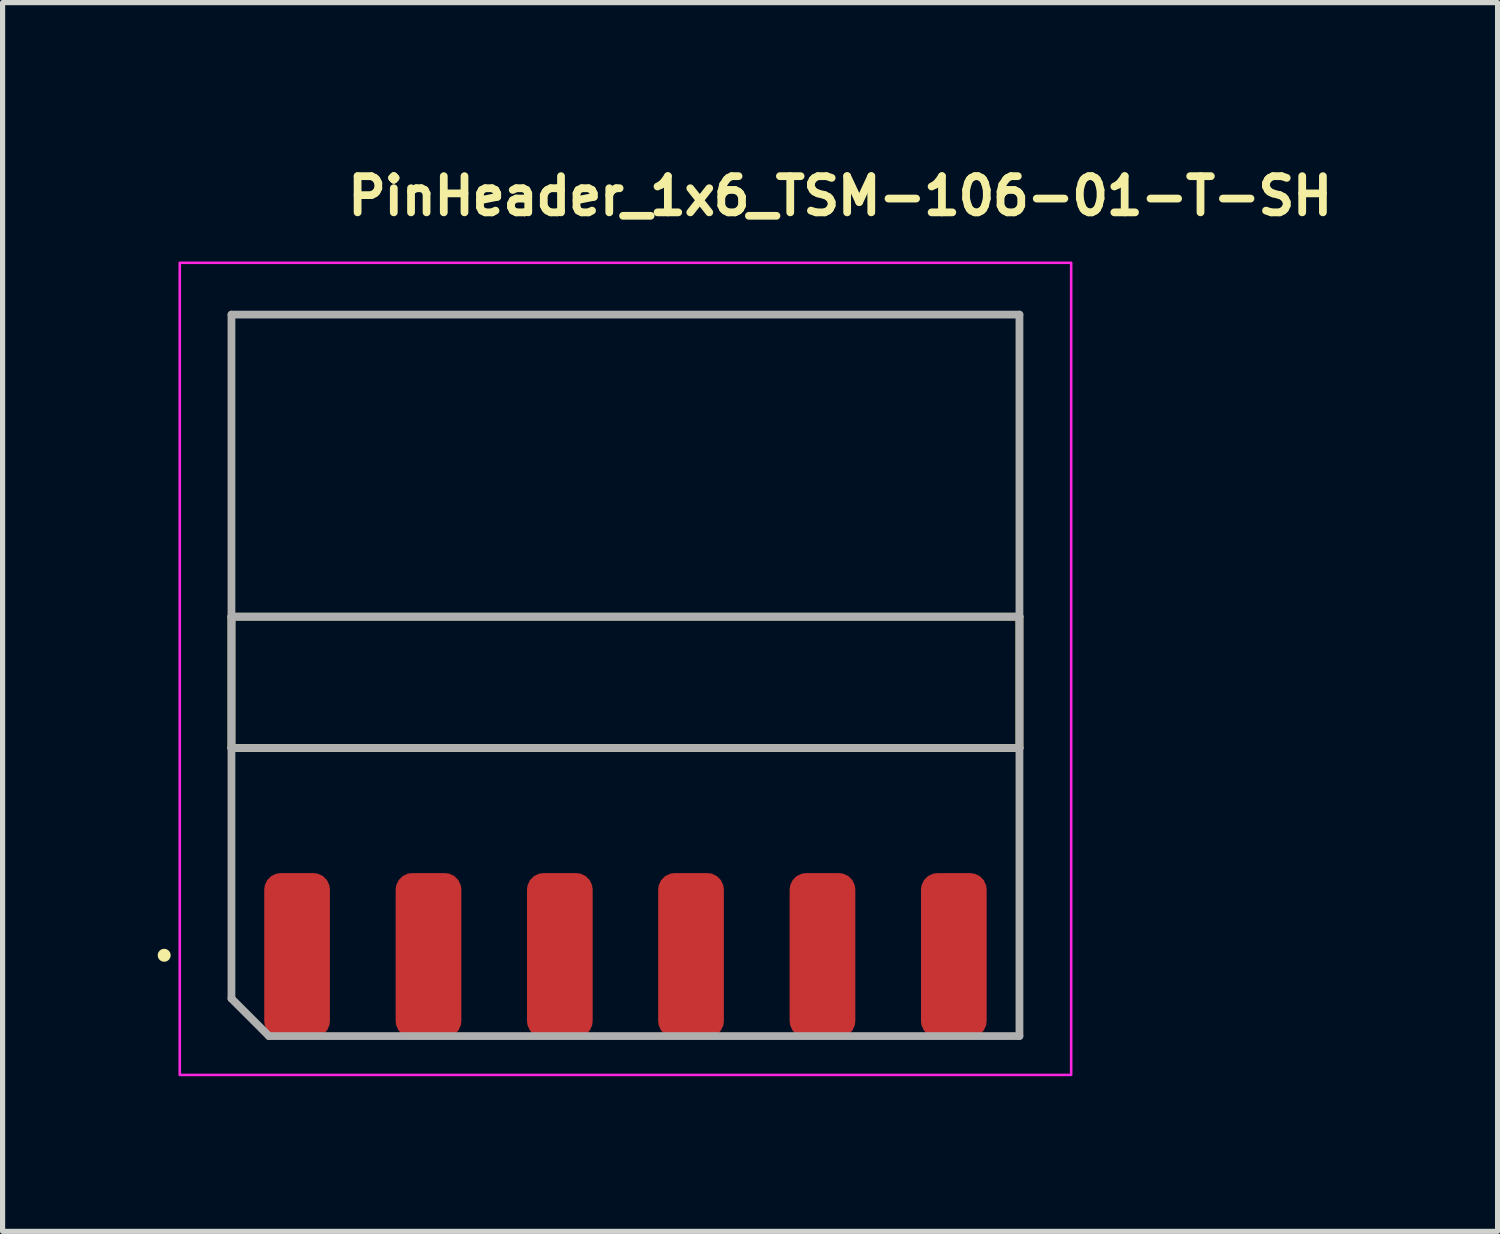
<source format=kicad_pcb>
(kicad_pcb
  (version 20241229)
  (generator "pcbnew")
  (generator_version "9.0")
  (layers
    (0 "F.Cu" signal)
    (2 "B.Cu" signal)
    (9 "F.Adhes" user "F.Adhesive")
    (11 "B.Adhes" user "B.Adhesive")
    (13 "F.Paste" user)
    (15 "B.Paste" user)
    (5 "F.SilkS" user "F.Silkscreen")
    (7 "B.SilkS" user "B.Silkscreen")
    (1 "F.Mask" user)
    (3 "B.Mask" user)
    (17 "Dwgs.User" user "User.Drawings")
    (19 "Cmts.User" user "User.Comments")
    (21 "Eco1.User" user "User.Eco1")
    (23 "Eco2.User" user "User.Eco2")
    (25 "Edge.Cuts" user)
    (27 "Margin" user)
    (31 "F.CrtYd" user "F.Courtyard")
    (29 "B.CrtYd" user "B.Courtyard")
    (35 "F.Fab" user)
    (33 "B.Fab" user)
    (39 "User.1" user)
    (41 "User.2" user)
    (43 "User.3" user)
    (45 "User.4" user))
  (footprint "PinHeader_1x6_TSM-106-01-T-SH"
    (layer "F.Cu")
    (at 9.046 9.51)
    (property "Reference" "PinHeader_1x6_TSM-106-01-T-SH" (at -5.446 -8.36 0) (layer "F.SilkS") (effects (font (size 0.7 0.7) (thickness 0.15)) (justify left bottom)))
    (attr smd)
    (fp_line (start -7.62 1.904) (end -7.62 -0.635) (stroke (width 0.15) (type solid)) (layer "F.SilkS"))
    (fp_line (start 7.618 -0.635) (end -7.62 -0.635) (stroke (width 0.15) (type solid)) (layer "F.SilkS"))
    (fp_line (start 7.618 -0.635) (end 7.618 1.904) (stroke (width 0.15) (type solid)) (layer "F.SilkS"))
    (fp_line (start 7.618 1.904) (end -7.62 1.904) (stroke (width 0.15) (type solid)) (layer "F.SilkS"))
    (fp_circle (center -8.921 5.913) (end -8.871 5.913) (stroke (width 0.15) (type solid)) (fill yes) (layer "F.SilkS"))
    (fp_rect (start -8.62 -7.478) (end 8.618 8.227) (stroke (width 0.05) (type solid)) (fill no) (layer "F.CrtYd"))
    (fp_line (start -7.62 -6.476) (end 7.618 -6.476) (stroke (width 0.15) (type solid)) (layer "F.Fab"))
    (fp_line (start -7.62 -0.635) (end 7.618 -0.635) (stroke (width 0.15) (type solid)) (layer "F.Fab"))
    (fp_line (start -7.62 1.904) (end -7.62 -6.476) (stroke (width 0.15) (type solid)) (layer "F.Fab"))
    (fp_line (start -7.62 1.904) (end -7.62 6.75) (stroke (width 0.15) (type solid)) (layer "F.Fab"))
    (fp_line (start -7.62 6.75) (end -6.895 7.475) (stroke (width 0.15) (type solid)) (layer "F.Fab"))
    (fp_line (start -6.895 7.475) (end 7.618 7.475) (stroke (width 0.15) (type solid)) (layer "F.Fab"))
    (fp_line (start 7.618 -6.476) (end 7.618 1.904) (stroke (width 0.15) (type solid)) (layer "F.Fab"))
    (fp_line (start 7.618 1.904) (end -7.62 1.904) (stroke (width 0.15) (type solid)) (layer "F.Fab"))
    (fp_line (start 7.618 7.475) (end 7.618 1.904) (stroke (width 0.15) (type solid)) (layer "F.Fab"))
    (fp_rect (start -7.62 -6.478) (end 7.618 7.477) (stroke (width 0.1) (type solid)) (fill no) (layer "User.5"))
    (fp_line (start -7.62 -0.635) (end -7.62 1.904) (stroke (width 0.02) (type solid)) (layer "User.9"))
    (fp_line (start -7.62 -0.635) (end -5.462 -0.635) (stroke (width 0.02) (type solid)) (layer "User.9"))
    (fp_line (start -7.62 1.904) (end -5.462 1.904) (stroke (width 0.02) (type solid)) (layer "User.9"))
    (fp_line (start -6.669 -5.97) (end -6.034 -5.97) (stroke (width 0.02) (type solid)) (layer "User.9"))
    (fp_line (start -6.669 -0.635) (end -6.669 -5.97) (stroke (width 0.02) (type solid)) (layer "User.9"))
    (fp_line (start -6.669 2.194) (end -6.669 1.904) (stroke (width 0.02) (type solid)) (layer "User.9"))
    (fp_line (start -6.669 3.092) (end -6.669 2.194) (stroke (width 0.02) (type solid)) (layer "User.9"))
    (fp_line (start -6.669 3.995) (end -6.669 3.092) (stroke (width 0.02) (type solid)) (layer "User.9"))
    (fp_line (start -6.669 3.995) (end -6.669 4.445) (stroke (width 0.02) (type solid)) (layer "User.9"))
    (fp_line (start -6.669 5.967) (end -6.669 4.445) (stroke (width 0.02) (type solid)) (layer "User.9"))
    (fp_line (start -6.669 5.967) (end -6.034 5.967) (stroke (width 0.02) (type solid)) (layer "User.9"))
    (fp_line (start -6.484 -6.478) (end -6.669 -5.97) (stroke (width 0.02) (type solid)) (layer "User.9"))
    (fp_line (start -6.484 6.477) (end -6.669 5.967) (stroke (width 0.02) (type solid)) (layer "User.9"))
    (fp_line (start -6.484 6.477) (end -6.218 6.477) (stroke (width 0.02) (type solid)) (layer "User.9"))
    (fp_line (start -6.218 -6.478) (end -6.484 -6.478) (stroke (width 0.02) (type solid)) (layer "User.9"))
    (fp_line (start -6.218 -6.478) (end -6.034 -5.97) (stroke (width 0.02) (type solid)) (layer "User.9"))
    (fp_line (start -6.218 6.477) (end -6.034 5.967) (stroke (width 0.02) (type solid)) (layer "User.9"))
    (fp_line (start -6.034 -0.635) (end -6.034 -5.97) (stroke (width 0.02) (type solid)) (layer "User.9"))
    (fp_line (start -6.034 2.194) (end -6.034 1.904) (stroke (width 0.02) (type solid)) (layer "User.9"))
    (fp_line (start -6.034 3.092) (end -6.034 2.194) (stroke (width 0.02) (type solid)) (layer "User.9"))
    (fp_line (start -6.034 3.995) (end -6.034 3.092) (stroke (width 0.02) (type solid)) (layer "User.9"))
    (fp_line (start -6.034 3.995) (end -6.034 4.445) (stroke (width 0.02) (type solid)) (layer "User.9"))
    (fp_line (start -6.034 5.967) (end -6.034 4.445) (stroke (width 0.02) (type solid)) (layer "User.9"))
    (fp_line (start -5.462 -0.635) (end -5.462 1.904) (stroke (width 0.02) (type solid)) (layer "User.9"))
    (fp_line (start -5.462 1.777) (end -4.699 1.777) (stroke (width 0.02) (type solid)) (layer "User.9"))
    (fp_line (start -4.699 -0.635) (end -2.922 -0.635) (stroke (width 0.02) (type solid)) (layer "User.9"))
    (fp_line (start -4.699 -0.508) (end -5.462 -0.508) (stroke (width 0.02) (type solid)) (layer "User.9"))
    (fp_line (start -4.699 1.904) (end -4.699 -0.635) (stroke (width 0.02) (type solid)) (layer "User.9"))
    (fp_line (start -4.699 1.904) (end -2.922 1.904) (stroke (width 0.02) (type solid)) (layer "User.9"))
    (fp_line (start -4.129 -5.97) (end -4.129 -0.635) (stroke (width 0.02) (type solid)) (layer "User.9"))
    (fp_line (start -4.129 -5.97) (end -3.493 -5.97) (stroke (width 0.02) (type solid)) (layer "User.9"))
    (fp_line (start -4.129 1.904) (end -4.129 2.194) (stroke (width 0.02) (type solid)) (layer "User.9"))
    (fp_line (start -4.129 2.194) (end -4.129 3.092) (stroke (width 0.02) (type solid)) (layer "User.9"))
    (fp_line (start -4.129 3.092) (end -4.129 3.995) (stroke (width 0.02) (type solid)) (layer "User.9"))
    (fp_line (start -4.129 4.445) (end -4.129 3.995) (stroke (width 0.02) (type solid)) (layer "User.9"))
    (fp_line (start -4.129 4.445) (end -4.129 5.967) (stroke (width 0.02) (type solid)) (layer "User.9"))
    (fp_line (start -4.129 5.967) (end -3.493 5.967) (stroke (width 0.02) (type solid)) (layer "User.9"))
    (fp_line (start -3.943 -6.478) (end -4.129 -5.97) (stroke (width 0.02) (type solid)) (layer "User.9"))
    (fp_line (start -3.943 6.477) (end -4.129 5.967) (stroke (width 0.02) (type solid)) (layer "User.9"))
    (fp_line (start -3.943 6.477) (end -3.678 6.477) (stroke (width 0.02) (type solid)) (layer "User.9"))
    (fp_line (start -3.678 -6.478) (end -3.943 -6.478) (stroke (width 0.02) (type solid)) (layer "User.9"))
    (fp_line (start -3.678 -6.478) (end -3.493 -5.97) (stroke (width 0.02) (type solid)) (layer "User.9"))
    (fp_line (start -3.678 6.477) (end -3.493 5.967) (stroke (width 0.02) (type solid)) (layer "User.9"))
    (fp_line (start -3.493 -0.635) (end -3.493 -5.97) (stroke (width 0.02) (type solid)) (layer "User.9"))
    (fp_line (start -3.493 2.194) (end -3.493 1.904) (stroke (width 0.02) (type solid)) (layer "User.9"))
    (fp_line (start -3.493 3.092) (end -3.493 2.194) (stroke (width 0.02) (type solid)) (layer "User.9"))
    (fp_line (start -3.493 3.995) (end -3.493 3.092) (stroke (width 0.02) (type solid)) (layer "User.9"))
    (fp_line (start -3.493 3.995) (end -3.493 4.445) (stroke (width 0.02) (type solid)) (layer "User.9"))
    (fp_line (start -3.493 5.967) (end -3.493 4.445) (stroke (width 0.02) (type solid)) (layer "User.9"))
    (fp_line (start -2.922 -0.635) (end -2.922 1.904) (stroke (width 0.02) (type solid)) (layer "User.9"))
    (fp_line (start -2.922 1.777) (end -2.16 1.777) (stroke (width 0.02) (type solid)) (layer "User.9"))
    (fp_line (start -2.16 -0.635) (end -0.381 -0.635) (stroke (width 0.02) (type solid)) (layer "User.9"))
    (fp_line (start -2.16 -0.508) (end -2.922 -0.508) (stroke (width 0.02) (type solid)) (layer "User.9"))
    (fp_line (start -2.16 1.904) (end -2.16 -0.635) (stroke (width 0.02) (type solid)) (layer "User.9"))
    (fp_line (start -2.16 1.904) (end -0.381 1.904) (stroke (width 0.02) (type solid)) (layer "User.9"))
    (fp_line (start -1.589 -5.97) (end -1.589 -0.635) (stroke (width 0.02) (type solid)) (layer "User.9"))
    (fp_line (start -1.589 -5.97) (end -0.954 -5.97) (stroke (width 0.02) (type solid)) (layer "User.9"))
    (fp_line (start -1.589 1.904) (end -1.589 2.194) (stroke (width 0.02) (type solid)) (layer "User.9"))
    (fp_line (start -1.589 2.194) (end -1.589 3.092) (stroke (width 0.02) (type solid)) (layer "User.9"))
    (fp_line (start -1.589 3.092) (end -1.589 3.995) (stroke (width 0.02) (type solid)) (layer "User.9"))
    (fp_line (start -1.589 4.445) (end -1.589 3.995) (stroke (width 0.02) (type solid)) (layer "User.9"))
    (fp_line (start -1.589 4.445) (end -1.589 5.967) (stroke (width 0.02) (type solid)) (layer "User.9"))
    (fp_line (start -1.589 5.967) (end -0.954 5.967) (stroke (width 0.02) (type solid)) (layer "User.9"))
    (fp_line (start -1.403 -6.478) (end -1.589 -5.97) (stroke (width 0.02) (type solid)) (layer "User.9"))
    (fp_line (start -1.403 6.477) (end -1.589 5.967) (stroke (width 0.02) (type solid)) (layer "User.9"))
    (fp_line (start -1.403 6.477) (end -1.139 6.477) (stroke (width 0.02) (type solid)) (layer "User.9"))
    (fp_line (start -1.139 -6.478) (end -1.403 -6.478) (stroke (width 0.02) (type solid)) (layer "User.9"))
    (fp_line (start -1.139 -6.478) (end -0.954 -5.97) (stroke (width 0.02) (type solid)) (layer "User.9"))
    (fp_line (start -1.139 6.477) (end -0.954 5.967) (stroke (width 0.02) (type solid)) (layer "User.9"))
    (fp_line (start -0.954 -0.635) (end -0.954 -5.97) (stroke (width 0.02) (type solid)) (layer "User.9"))
    (fp_line (start -0.954 2.194) (end -0.954 1.904) (stroke (width 0.02) (type solid)) (layer "User.9"))
    (fp_line (start -0.954 3.092) (end -0.954 2.194) (stroke (width 0.02) (type solid)) (layer "User.9"))
    (fp_line (start -0.954 3.995) (end -0.954 3.092) (stroke (width 0.02) (type solid)) (layer "User.9"))
    (fp_line (start -0.954 3.995) (end -0.954 4.445) (stroke (width 0.02) (type solid)) (layer "User.9"))
    (fp_line (start -0.954 5.967) (end -0.954 4.445) (stroke (width 0.02) (type solid)) (layer "User.9"))
    (fp_line (start -0.381 -0.635) (end -0.381 1.904) (stroke (width 0.02) (type solid)) (layer "User.9"))
    (fp_line (start -0.381 1.777) (end 0.379 1.777) (stroke (width 0.02) (type solid)) (layer "User.9"))
    (fp_line (start 0.379 -0.635) (end 2.157 -0.635) (stroke (width 0.02) (type solid)) (layer "User.9"))
    (fp_line (start 0.379 -0.508) (end -0.381 -0.508) (stroke (width 0.02) (type solid)) (layer "User.9"))
    (fp_line (start 0.379 1.904) (end 0.379 -0.635) (stroke (width 0.02) (type solid)) (layer "User.9"))
    (fp_line (start 0.379 1.904) (end 2.157 1.904) (stroke (width 0.02) (type solid)) (layer "User.9"))
    (fp_line (start 0.952 -5.97) (end 0.952 -0.635) (stroke (width 0.02) (type solid)) (layer "User.9"))
    (fp_line (start 0.952 -5.97) (end 1.586 -5.97) (stroke (width 0.02) (type solid)) (layer "User.9"))
    (fp_line (start 0.952 1.904) (end 0.952 2.194) (stroke (width 0.02) (type solid)) (layer "User.9"))
    (fp_line (start 0.952 2.194) (end 0.952 3.092) (stroke (width 0.02) (type solid)) (layer "User.9"))
    (fp_line (start 0.952 3.092) (end 0.952 3.995) (stroke (width 0.02) (type solid)) (layer "User.9"))
    (fp_line (start 0.952 4.445) (end 0.952 3.995) (stroke (width 0.02) (type solid)) (layer "User.9"))
    (fp_line (start 0.952 4.445) (end 0.952 5.967) (stroke (width 0.02) (type solid)) (layer "User.9"))
    (fp_line (start 0.952 5.967) (end 1.586 5.967) (stroke (width 0.02) (type solid)) (layer "User.9"))
    (fp_line (start 1.136 -6.478) (end 0.952 -5.97) (stroke (width 0.02) (type solid)) (layer "User.9"))
    (fp_line (start 1.136 6.477) (end 0.952 5.967) (stroke (width 0.02) (type solid)) (layer "User.9"))
    (fp_line (start 1.136 6.477) (end 1.402 6.477) (stroke (width 0.02) (type solid)) (layer "User.9"))
    (fp_line (start 1.402 -6.478) (end 1.136 -6.478) (stroke (width 0.02) (type solid)) (layer "User.9"))
    (fp_line (start 1.402 -6.478) (end 1.586 -5.97) (stroke (width 0.02) (type solid)) (layer "User.9"))
    (fp_line (start 1.402 6.477) (end 1.586 5.967) (stroke (width 0.02) (type solid)) (layer "User.9"))
    (fp_line (start 1.586 -0.635) (end 1.586 -5.97) (stroke (width 0.02) (type solid)) (layer "User.9"))
    (fp_line (start 1.586 2.194) (end 1.586 1.904) (stroke (width 0.02) (type solid)) (layer "User.9"))
    (fp_line (start 1.586 3.092) (end 1.586 2.194) (stroke (width 0.02) (type solid)) (layer "User.9"))
    (fp_line (start 1.586 3.995) (end 1.586 3.092) (stroke (width 0.02) (type solid)) (layer "User.9"))
    (fp_line (start 1.586 3.995) (end 1.586 4.445) (stroke (width 0.02) (type solid)) (layer "User.9"))
    (fp_line (start 1.586 5.967) (end 1.586 4.445) (stroke (width 0.02) (type solid)) (layer "User.9"))
    (fp_line (start 2.157 -0.635) (end 2.157 1.904) (stroke (width 0.02) (type solid)) (layer "User.9"))
    (fp_line (start 2.157 1.777) (end 2.919 1.777) (stroke (width 0.02) (type solid)) (layer "User.9"))
    (fp_line (start 2.919 -0.635) (end 4.698 -0.635) (stroke (width 0.02) (type solid)) (layer "User.9"))
    (fp_line (start 2.919 -0.508) (end 2.157 -0.508) (stroke (width 0.02) (type solid)) (layer "User.9"))
    (fp_line (start 2.919 1.904) (end 2.919 -0.635) (stroke (width 0.02) (type solid)) (layer "User.9"))
    (fp_line (start 2.919 1.904) (end 4.698 1.904) (stroke (width 0.02) (type solid)) (layer "User.9"))
    (fp_line (start 3.491 -5.97) (end 3.491 -0.635) (stroke (width 0.02) (type solid)) (layer "User.9"))
    (fp_line (start 3.491 -5.97) (end 4.126 -5.97) (stroke (width 0.02) (type solid)) (layer "User.9"))
    (fp_line (start 3.491 1.904) (end 3.491 2.194) (stroke (width 0.02) (type solid)) (layer "User.9"))
    (fp_line (start 3.491 2.194) (end 3.491 3.092) (stroke (width 0.02) (type solid)) (layer "User.9"))
    (fp_line (start 3.491 3.092) (end 3.491 3.995) (stroke (width 0.02) (type solid)) (layer "User.9"))
    (fp_line (start 3.491 4.445) (end 3.491 3.995) (stroke (width 0.02) (type solid)) (layer "User.9"))
    (fp_line (start 3.491 4.445) (end 3.491 5.967) (stroke (width 0.02) (type solid)) (layer "User.9"))
    (fp_line (start 3.491 5.967) (end 4.126 5.967) (stroke (width 0.02) (type solid)) (layer "User.9"))
    (fp_line (start 3.676 -6.478) (end 3.491 -5.97) (stroke (width 0.02) (type solid)) (layer "User.9"))
    (fp_line (start 3.676 6.477) (end 3.491 5.967) (stroke (width 0.02) (type solid)) (layer "User.9"))
    (fp_line (start 3.676 6.477) (end 3.942 6.477) (stroke (width 0.02) (type solid)) (layer "User.9"))
    (fp_line (start 3.942 -6.478) (end 3.676 -6.478) (stroke (width 0.02) (type solid)) (layer "User.9"))
    (fp_line (start 3.942 -6.478) (end 4.126 -5.97) (stroke (width 0.02) (type solid)) (layer "User.9"))
    (fp_line (start 3.942 6.477) (end 4.126 5.967) (stroke (width 0.02) (type solid)) (layer "User.9"))
    (fp_line (start 4.126 -0.635) (end 4.126 -5.97) (stroke (width 0.02) (type solid)) (layer "User.9"))
    (fp_line (start 4.126 2.194) (end 4.126 1.904) (stroke (width 0.02) (type solid)) (layer "User.9"))
    (fp_line (start 4.126 3.092) (end 4.126 2.194) (stroke (width 0.02) (type solid)) (layer "User.9"))
    (fp_line (start 4.126 3.995) (end 4.126 3.092) (stroke (width 0.02) (type solid)) (layer "User.9"))
    (fp_line (start 4.126 3.995) (end 4.126 4.445) (stroke (width 0.02) (type solid)) (layer "User.9"))
    (fp_line (start 4.126 5.967) (end 4.126 4.445) (stroke (width 0.02) (type solid)) (layer "User.9"))
    (fp_line (start 4.698 -0.635) (end 4.698 1.904) (stroke (width 0.02) (type solid)) (layer "User.9"))
    (fp_line (start 4.698 1.777) (end 5.461 1.777) (stroke (width 0.02) (type solid)) (layer "User.9"))
    (fp_line (start 5.461 -0.635) (end 7.618 -0.635) (stroke (width 0.02) (type solid)) (layer "User.9"))
    (fp_line (start 5.461 -0.508) (end 4.698 -0.508) (stroke (width 0.02) (type solid)) (layer "User.9"))
    (fp_line (start 5.461 1.904) (end 5.461 -0.635) (stroke (width 0.02) (type solid)) (layer "User.9"))
    (fp_line (start 5.461 1.904) (end 7.618 1.904) (stroke (width 0.02) (type solid)) (layer "User.9"))
    (fp_line (start 6.031 -5.97) (end 6.031 -0.635) (stroke (width 0.02) (type solid)) (layer "User.9"))
    (fp_line (start 6.031 -5.97) (end 6.666 -5.97) (stroke (width 0.02) (type solid)) (layer "User.9"))
    (fp_line (start 6.031 1.904) (end 6.031 2.194) (stroke (width 0.02) (type solid)) (layer "User.9"))
    (fp_line (start 6.031 2.194) (end 6.031 3.092) (stroke (width 0.02) (type solid)) (layer "User.9"))
    (fp_line (start 6.031 3.092) (end 6.031 3.995) (stroke (width 0.02) (type solid)) (layer "User.9"))
    (fp_line (start 6.031 4.445) (end 6.031 3.995) (stroke (width 0.02) (type solid)) (layer "User.9"))
    (fp_line (start 6.031 4.445) (end 6.031 5.967) (stroke (width 0.02) (type solid)) (layer "User.9"))
    (fp_line (start 6.031 5.967) (end 6.666 5.967) (stroke (width 0.02) (type solid)) (layer "User.9"))
    (fp_line (start 6.217 -6.478) (end 6.031 -5.97) (stroke (width 0.02) (type solid)) (layer "User.9"))
    (fp_line (start 6.217 6.477) (end 6.031 5.967) (stroke (width 0.02) (type solid)) (layer "User.9"))
    (fp_line (start 6.217 6.477) (end 6.482 6.477) (stroke (width 0.02) (type solid)) (layer "User.9"))
    (fp_line (start 6.482 -6.478) (end 6.217 -6.478) (stroke (width 0.02) (type solid)) (layer "User.9"))
    (fp_line (start 6.482 -6.478) (end 6.666 -5.97) (stroke (width 0.02) (type solid)) (layer "User.9"))
    (fp_line (start 6.482 6.477) (end 6.666 5.967) (stroke (width 0.02) (type solid)) (layer "User.9"))
    (fp_line (start 6.666 -0.635) (end 6.666 -5.97) (stroke (width 0.02) (type solid)) (layer "User.9"))
    (fp_line (start 6.666 2.194) (end 6.666 1.904) (stroke (width 0.02) (type solid)) (layer "User.9"))
    (fp_line (start 6.666 3.092) (end 6.666 2.194) (stroke (width 0.02) (type solid)) (layer "User.9"))
    (fp_line (start 6.666 3.995) (end 6.666 3.092) (stroke (width 0.02) (type solid)) (layer "User.9"))
    (fp_line (start 6.666 3.995) (end 6.666 4.445) (stroke (width 0.02) (type solid)) (layer "User.9"))
    (fp_line (start 6.666 5.967) (end 6.666 4.445) (stroke (width 0.02) (type solid)) (layer "User.9"))
    (fp_line (start 7.618 -0.635) (end 7.618 1.904) (stroke (width 0.02) (type solid)) (layer "User.9"))
    (pad "1" smd roundrect (at -6.351 5.914) (size 1.27 3.18) (layers "F.Cu" "F.Mask" "F.Paste") (roundrect_rratio 0.25))
    (pad "2" smd roundrect (at -3.81 5.914) (size 1.27 3.18) (layers "F.Cu" "F.Mask" "F.Paste") (roundrect_rratio 0.25))
    (pad "3" smd roundrect (at -1.27 5.914) (size 1.27 3.18) (layers "F.Cu" "F.Mask" "F.Paste") (roundrect_rratio 0.25))
    (pad "4" smd roundrect (at 1.267 5.914) (size 1.27 3.18) (layers "F.Cu" "F.Mask" "F.Paste") (roundrect_rratio 0.25))
    (pad "5" smd roundrect (at 3.809 5.914) (size 1.27 3.18) (layers "F.Cu" "F.Mask" "F.Paste") (roundrect_rratio 0.25))
    (pad "6" smd roundrect (at 6.349 5.914) (size 1.27 3.18) (layers "F.Cu" "F.Mask" "F.Paste") (roundrect_rratio 0.25)))
  (gr_rect
    (start -3 -3)
    (end 25.91 20.762)
    (stroke (width 0.1) (type default))
    (fill no)
    (layer "Edge.Cuts")))
</source>
